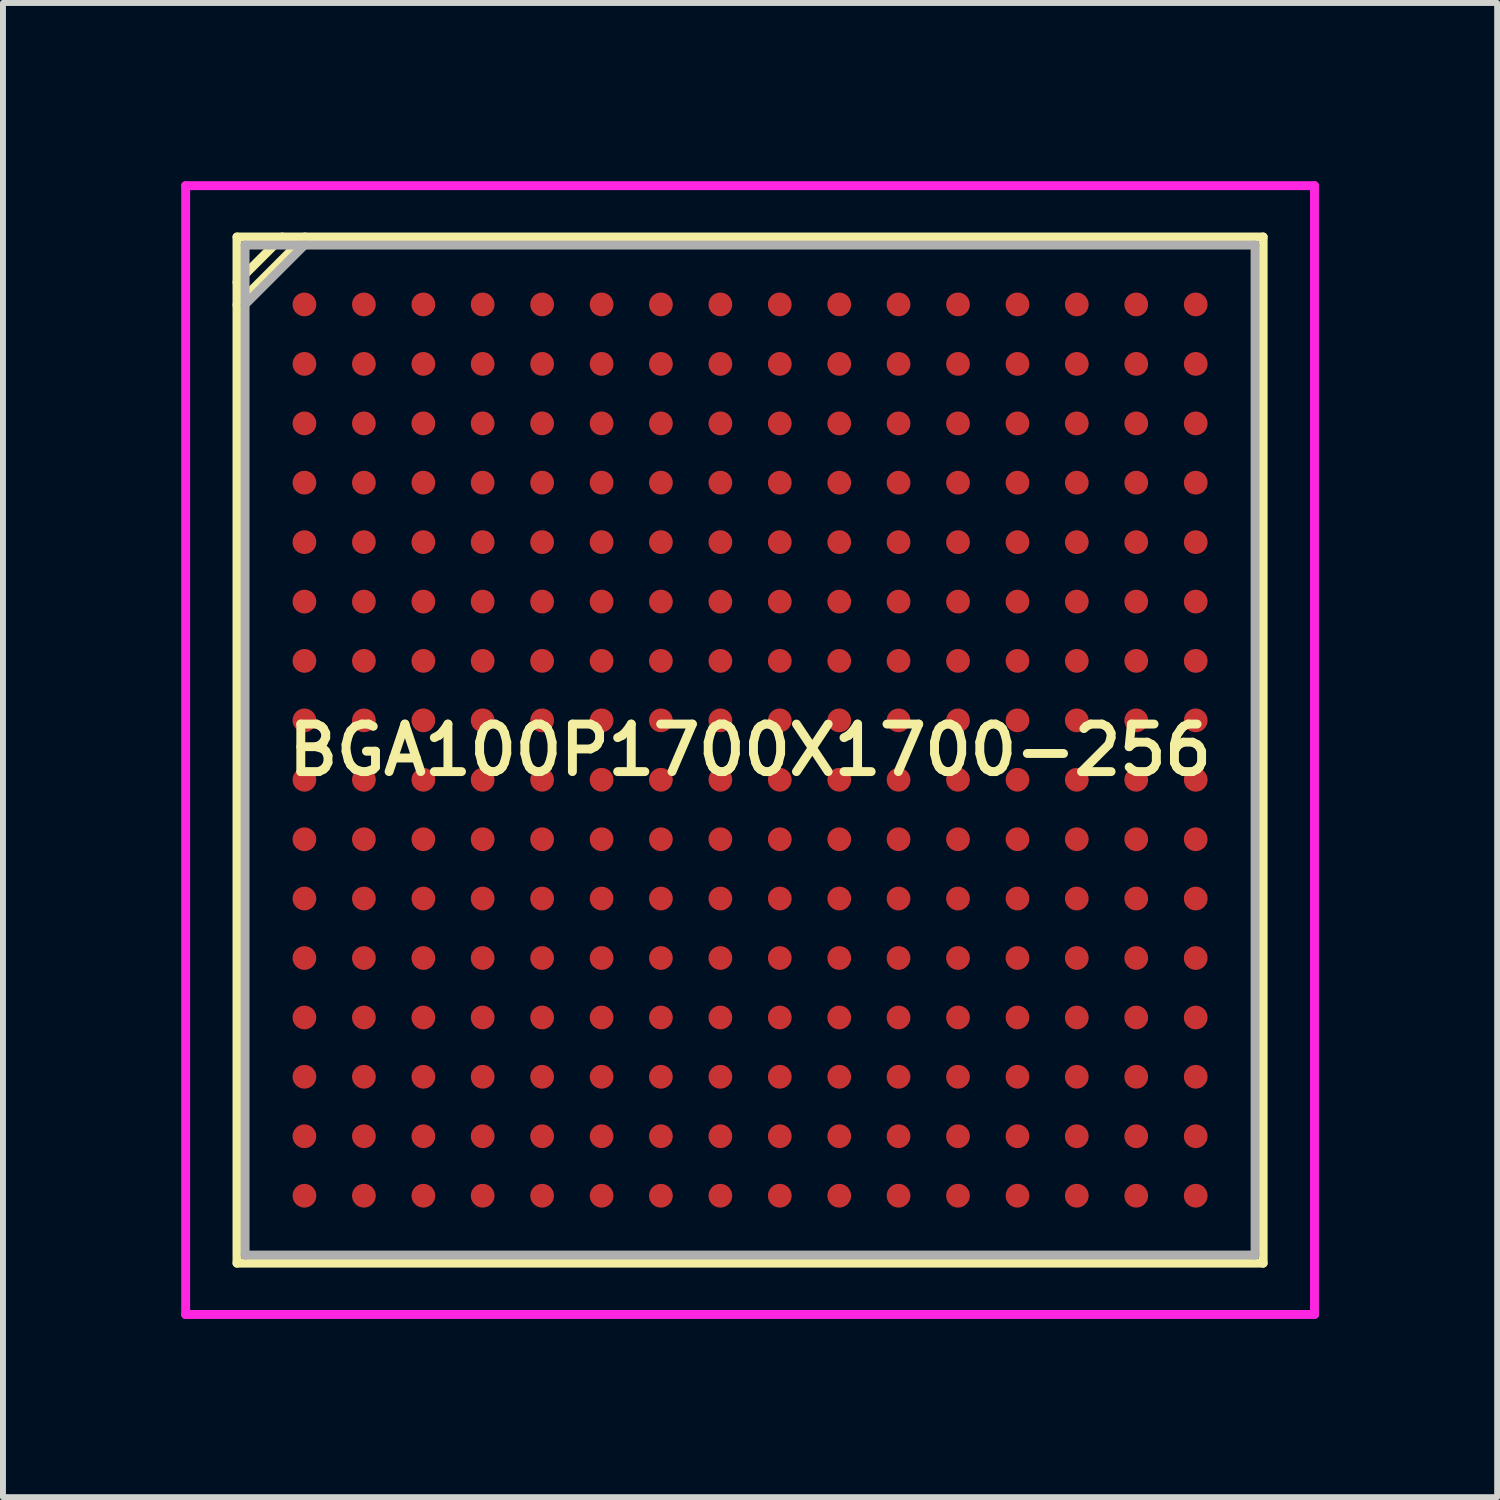
<source format=kicad_pcb>
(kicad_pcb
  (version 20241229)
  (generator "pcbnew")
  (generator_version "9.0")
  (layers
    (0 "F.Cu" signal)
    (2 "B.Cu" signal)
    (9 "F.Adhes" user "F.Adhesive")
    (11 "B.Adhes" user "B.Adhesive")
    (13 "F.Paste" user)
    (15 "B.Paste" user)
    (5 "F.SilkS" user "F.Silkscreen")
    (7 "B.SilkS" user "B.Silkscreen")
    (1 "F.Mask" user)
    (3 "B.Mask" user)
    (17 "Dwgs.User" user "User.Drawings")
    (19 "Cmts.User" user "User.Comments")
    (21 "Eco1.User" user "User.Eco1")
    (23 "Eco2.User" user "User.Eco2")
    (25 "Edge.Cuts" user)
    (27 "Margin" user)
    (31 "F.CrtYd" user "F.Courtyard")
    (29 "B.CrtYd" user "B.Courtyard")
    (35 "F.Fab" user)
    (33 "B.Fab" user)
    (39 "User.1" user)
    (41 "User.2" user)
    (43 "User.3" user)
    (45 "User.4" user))
  (footprint "BGA100P1700X1700-256"
    (layer "F.Cu")
    (at 9.575 9.575)
    (property "Reference" "BGA100P1700X1700-256" (at 0 0 0) (layer "F.SilkS") (effects (font (size 0.8 0.8) (thickness 0.15))))
    (attr smd)
    (fp_line (start -8.636 -8.636) (end 8.636 -8.636) (stroke (width 0.15) (type solid)) (layer "F.SilkS"))
    (fp_line (start -8.636 -7.874) (end -7.874 -8.636) (stroke (width 0.15) (type solid)) (layer "F.SilkS"))
    (fp_line (start -8.636 -7.493) (end -7.493 -8.636) (stroke (width 0.15) (type solid)) (layer "F.SilkS"))
    (fp_line (start -8.636 8.636) (end -8.636 -8.636) (stroke (width 0.15) (type solid)) (layer "F.SilkS"))
    (fp_line (start 8.636 -8.636) (end 8.636 8.636) (stroke (width 0.15) (type solid)) (layer "F.SilkS"))
    (fp_line (start 8.636 8.636) (end -8.636 8.636) (stroke (width 0.15) (type solid)) (layer "F.SilkS"))
    (fp_line (start -9.5 -9.5) (end 9.5 -9.5) (stroke (width 0.15) (type solid)) (layer "F.CrtYd"))
    (fp_line (start -9.5 9.5) (end -9.5 -9.5) (stroke (width 0.15) (type solid)) (layer "F.CrtYd"))
    (fp_line (start 9.5 -9.5) (end 9.5 9.5) (stroke (width 0.15) (type solid)) (layer "F.CrtYd"))
    (fp_line (start 9.5 9.5) (end -9.5 9.5) (stroke (width 0.15) (type solid)) (layer "F.CrtYd"))
    (fp_line (start -8.5 -8.5) (end 8.5 -8.5) (stroke (width 0.15) (type solid)) (layer "F.Fab"))
    (fp_line (start -8.5 8.5) (end -8.5 -8.5) (stroke (width 0.15) (type solid)) (layer "F.Fab"))
    (fp_line (start -7.5 -8.5) (end -8.5 -7.5) (stroke (width 0.15) (type solid)) (layer "F.Fab"))
    (fp_line (start 8.5 -8.5) (end 8.5 8.5) (stroke (width 0.15) (type solid)) (layer "F.Fab"))
    (fp_line (start 8.5 8.5) (end -8.5 8.5) (stroke (width 0.15) (type solid)) (layer "F.Fab"))
    (pad "A1" smd circle (at -7.501 -7.501) (size 0.4 0.4) (layers "F.Cu" "F.Mask" "F.Paste"))
    (pad "A2" smd circle (at -6.5 -7.501) (size 0.4 0.4) (layers "F.Cu" "F.Mask" "F.Paste"))
    (pad "A3" smd circle (at -5.499 -7.501) (size 0.4 0.4) (layers "F.Cu" "F.Mask" "F.Paste"))
    (pad "A4" smd circle (at -4.501 -7.501) (size 0.4 0.4) (layers "F.Cu" "F.Mask" "F.Paste"))
    (pad "A5" smd circle (at -3.5 -7.501) (size 0.4 0.4) (layers "F.Cu" "F.Mask" "F.Paste"))
    (pad "A6" smd circle (at -2.499 -7.501) (size 0.4 0.4) (layers "F.Cu" "F.Mask" "F.Paste"))
    (pad "A7" smd circle (at -1.501 -7.501) (size 0.4 0.4) (layers "F.Cu" "F.Mask" "F.Paste"))
    (pad "A8" smd circle (at -0.5 -7.501) (size 0.4 0.4) (layers "F.Cu" "F.Mask" "F.Paste"))
    (pad "A9" smd circle (at 0.5 -7.501) (size 0.4 0.4) (layers "F.Cu" "F.Mask" "F.Paste"))
    (pad "A10" smd circle (at 1.501 -7.501) (size 0.4 0.4) (layers "F.Cu" "F.Mask" "F.Paste"))
    (pad "A11" smd circle (at 2.499 -7.501) (size 0.4 0.4) (layers "F.Cu" "F.Mask" "F.Paste"))
    (pad "A12" smd circle (at 3.5 -7.501) (size 0.4 0.4) (layers "F.Cu" "F.Mask" "F.Paste"))
    (pad "A13" smd circle (at 4.501 -7.501) (size 0.4 0.4) (layers "F.Cu" "F.Mask" "F.Paste"))
    (pad "A14" smd circle (at 5.499 -7.501) (size 0.4 0.4) (layers "F.Cu" "F.Mask" "F.Paste"))
    (pad "A15" smd circle (at 6.5 -7.501) (size 0.4 0.4) (layers "F.Cu" "F.Mask" "F.Paste"))
    (pad "A16" smd circle (at 7.501 -7.501) (size 0.4 0.4) (layers "F.Cu" "F.Mask" "F.Paste"))
    (pad "B1" smd circle (at -7.501 -6.5) (size 0.4 0.4) (layers "F.Cu" "F.Mask" "F.Paste"))
    (pad "B2" smd circle (at -6.5 -6.5) (size 0.4 0.4) (layers "F.Cu" "F.Mask" "F.Paste"))
    (pad "B3" smd circle (at -5.499 -6.5) (size 0.4 0.4) (layers "F.Cu" "F.Mask" "F.Paste"))
    (pad "B4" smd circle (at -4.501 -6.5) (size 0.4 0.4) (layers "F.Cu" "F.Mask" "F.Paste"))
    (pad "B5" smd circle (at -3.5 -6.5) (size 0.4 0.4) (layers "F.Cu" "F.Mask" "F.Paste"))
    (pad "B6" smd circle (at -2.499 -6.5) (size 0.4 0.4) (layers "F.Cu" "F.Mask" "F.Paste"))
    (pad "B7" smd circle (at -1.501 -6.5) (size 0.4 0.4) (layers "F.Cu" "F.Mask" "F.Paste"))
    (pad "B8" smd circle (at -0.5 -6.5) (size 0.4 0.4) (layers "F.Cu" "F.Mask" "F.Paste"))
    (pad "B9" smd circle (at 0.5 -6.5) (size 0.4 0.4) (layers "F.Cu" "F.Mask" "F.Paste"))
    (pad "B10" smd circle (at 1.501 -6.5) (size 0.4 0.4) (layers "F.Cu" "F.Mask" "F.Paste"))
    (pad "B11" smd circle (at 2.499 -6.5) (size 0.4 0.4) (layers "F.Cu" "F.Mask" "F.Paste"))
    (pad "B12" smd circle (at 3.5 -6.5) (size 0.4 0.4) (layers "F.Cu" "F.Mask" "F.Paste"))
    (pad "B13" smd circle (at 4.501 -6.5) (size 0.4 0.4) (layers "F.Cu" "F.Mask" "F.Paste"))
    (pad "B14" smd circle (at 5.499 -6.5) (size 0.4 0.4) (layers "F.Cu" "F.Mask" "F.Paste"))
    (pad "B15" smd circle (at 6.5 -6.5) (size 0.4 0.4) (layers "F.Cu" "F.Mask" "F.Paste"))
    (pad "B16" smd circle (at 7.501 -6.5) (size 0.4 0.4) (layers "F.Cu" "F.Mask" "F.Paste"))
    (pad "C1" smd circle (at -7.501 -5.499) (size 0.4 0.4) (layers "F.Cu" "F.Mask" "F.Paste"))
    (pad "C2" smd circle (at -6.5 -5.499) (size 0.4 0.4) (layers "F.Cu" "F.Mask" "F.Paste"))
    (pad "C3" smd circle (at -5.499 -5.499) (size 0.4 0.4) (layers "F.Cu" "F.Mask" "F.Paste"))
    (pad "C4" smd circle (at -4.501 -5.499) (size 0.4 0.4) (layers "F.Cu" "F.Mask" "F.Paste"))
    (pad "C5" smd circle (at -3.5 -5.499) (size 0.4 0.4) (layers "F.Cu" "F.Mask" "F.Paste"))
    (pad "C6" smd circle (at -2.499 -5.499) (size 0.4 0.4) (layers "F.Cu" "F.Mask" "F.Paste"))
    (pad "C7" smd circle (at -1.501 -5.499) (size 0.4 0.4) (layers "F.Cu" "F.Mask" "F.Paste"))
    (pad "C8" smd circle (at -0.5 -5.499) (size 0.4 0.4) (layers "F.Cu" "F.Mask" "F.Paste"))
    (pad "C9" smd circle (at 0.5 -5.499) (size 0.4 0.4) (layers "F.Cu" "F.Mask" "F.Paste"))
    (pad "C10" smd circle (at 1.501 -5.499) (size 0.4 0.4) (layers "F.Cu" "F.Mask" "F.Paste"))
    (pad "C11" smd circle (at 2.499 -5.499) (size 0.4 0.4) (layers "F.Cu" "F.Mask" "F.Paste"))
    (pad "C12" smd circle (at 3.5 -5.499) (size 0.4 0.4) (layers "F.Cu" "F.Mask" "F.Paste"))
    (pad "C13" smd circle (at 4.501 -5.499) (size 0.4 0.4) (layers "F.Cu" "F.Mask" "F.Paste"))
    (pad "C14" smd circle (at 5.499 -5.499) (size 0.4 0.4) (layers "F.Cu" "F.Mask" "F.Paste"))
    (pad "C15" smd circle (at 6.5 -5.499) (size 0.4 0.4) (layers "F.Cu" "F.Mask" "F.Paste"))
    (pad "C16" smd circle (at 7.501 -5.499) (size 0.4 0.4) (layers "F.Cu" "F.Mask" "F.Paste"))
    (pad "D1" smd circle (at -7.501 -4.501) (size 0.4 0.4) (layers "F.Cu" "F.Mask" "F.Paste"))
    (pad "D2" smd circle (at -6.5 -4.501) (size 0.4 0.4) (layers "F.Cu" "F.Mask" "F.Paste"))
    (pad "D3" smd circle (at -5.499 -4.501) (size 0.4 0.4) (layers "F.Cu" "F.Mask" "F.Paste"))
    (pad "D4" smd circle (at -4.501 -4.501) (size 0.4 0.4) (layers "F.Cu" "F.Mask" "F.Paste"))
    (pad "D5" smd circle (at -3.5 -4.501) (size 0.4 0.4) (layers "F.Cu" "F.Mask" "F.Paste"))
    (pad "D6" smd circle (at -2.499 -4.501) (size 0.4 0.4) (layers "F.Cu" "F.Mask" "F.Paste"))
    (pad "D7" smd circle (at -1.501 -4.501) (size 0.4 0.4) (layers "F.Cu" "F.Mask" "F.Paste"))
    (pad "D8" smd circle (at -0.5 -4.501) (size 0.4 0.4) (layers "F.Cu" "F.Mask" "F.Paste"))
    (pad "D9" smd circle (at 0.5 -4.501) (size 0.4 0.4) (layers "F.Cu" "F.Mask" "F.Paste"))
    (pad "D10" smd circle (at 1.501 -4.501) (size 0.4 0.4) (layers "F.Cu" "F.Mask" "F.Paste"))
    (pad "D11" smd circle (at 2.499 -4.501) (size 0.4 0.4) (layers "F.Cu" "F.Mask" "F.Paste"))
    (pad "D12" smd circle (at 3.5 -4.501) (size 0.4 0.4) (layers "F.Cu" "F.Mask" "F.Paste"))
    (pad "D13" smd circle (at 4.501 -4.501) (size 0.4 0.4) (layers "F.Cu" "F.Mask" "F.Paste"))
    (pad "D14" smd circle (at 5.499 -4.501) (size 0.4 0.4) (layers "F.Cu" "F.Mask" "F.Paste"))
    (pad "D15" smd circle (at 6.5 -4.501) (size 0.4 0.4) (layers "F.Cu" "F.Mask" "F.Paste"))
    (pad "D16" smd circle (at 7.501 -4.501) (size 0.4 0.4) (layers "F.Cu" "F.Mask" "F.Paste"))
    (pad "E1" smd circle (at -7.501 -3.5) (size 0.4 0.4) (layers "F.Cu" "F.Mask" "F.Paste"))
    (pad "E2" smd circle (at -6.5 -3.5) (size 0.4 0.4) (layers "F.Cu" "F.Mask" "F.Paste"))
    (pad "E3" smd circle (at -5.499 -3.5) (size 0.4 0.4) (layers "F.Cu" "F.Mask" "F.Paste"))
    (pad "E4" smd circle (at -4.501 -3.5) (size 0.4 0.4) (layers "F.Cu" "F.Mask" "F.Paste"))
    (pad "E5" smd circle (at -3.5 -3.5) (size 0.4 0.4) (layers "F.Cu" "F.Mask" "F.Paste"))
    (pad "E6" smd circle (at -2.499 -3.5) (size 0.4 0.4) (layers "F.Cu" "F.Mask" "F.Paste"))
    (pad "E7" smd circle (at -1.501 -3.5) (size 0.4 0.4) (layers "F.Cu" "F.Mask" "F.Paste"))
    (pad "E8" smd circle (at -0.5 -3.5) (size 0.4 0.4) (layers "F.Cu" "F.Mask" "F.Paste"))
    (pad "E9" smd circle (at 0.5 -3.5) (size 0.4 0.4) (layers "F.Cu" "F.Mask" "F.Paste"))
    (pad "E10" smd circle (at 1.501 -3.5) (size 0.4 0.4) (layers "F.Cu" "F.Mask" "F.Paste"))
    (pad "E11" smd circle (at 2.499 -3.5) (size 0.4 0.4) (layers "F.Cu" "F.Mask" "F.Paste"))
    (pad "E12" smd circle (at 3.5 -3.5) (size 0.4 0.4) (layers "F.Cu" "F.Mask" "F.Paste"))
    (pad "E13" smd circle (at 4.501 -3.5) (size 0.4 0.4) (layers "F.Cu" "F.Mask" "F.Paste"))
    (pad "E14" smd circle (at 5.499 -3.5) (size 0.4 0.4) (layers "F.Cu" "F.Mask" "F.Paste"))
    (pad "E15" smd circle (at 6.5 -3.5) (size 0.4 0.4) (layers "F.Cu" "F.Mask" "F.Paste"))
    (pad "E16" smd circle (at 7.501 -3.5) (size 0.4 0.4) (layers "F.Cu" "F.Mask" "F.Paste"))
    (pad "F1" smd circle (at -7.501 -2.499) (size 0.4 0.4) (layers "F.Cu" "F.Mask" "F.Paste"))
    (pad "F2" smd circle (at -6.5 -2.499) (size 0.4 0.4) (layers "F.Cu" "F.Mask" "F.Paste"))
    (pad "F3" smd circle (at -5.499 -2.499) (size 0.4 0.4) (layers "F.Cu" "F.Mask" "F.Paste"))
    (pad "F4" smd circle (at -4.501 -2.499) (size 0.4 0.4) (layers "F.Cu" "F.Mask" "F.Paste"))
    (pad "F5" smd circle (at -3.5 -2.499) (size 0.4 0.4) (layers "F.Cu" "F.Mask" "F.Paste"))
    (pad "F6" smd circle (at -2.499 -2.499) (size 0.4 0.4) (layers "F.Cu" "F.Mask" "F.Paste"))
    (pad "F7" smd circle (at -1.501 -2.499) (size 0.4 0.4) (layers "F.Cu" "F.Mask" "F.Paste"))
    (pad "F8" smd circle (at -0.5 -2.499) (size 0.4 0.4) (layers "F.Cu" "F.Mask" "F.Paste"))
    (pad "F9" smd circle (at 0.5 -2.499) (size 0.4 0.4) (layers "F.Cu" "F.Mask" "F.Paste"))
    (pad "F10" smd circle (at 1.501 -2.499) (size 0.4 0.4) (layers "F.Cu" "F.Mask" "F.Paste"))
    (pad "F11" smd circle (at 2.499 -2.499) (size 0.4 0.4) (layers "F.Cu" "F.Mask" "F.Paste"))
    (pad "F12" smd circle (at 3.5 -2.499) (size 0.4 0.4) (layers "F.Cu" "F.Mask" "F.Paste"))
    (pad "F13" smd circle (at 4.501 -2.499) (size 0.4 0.4) (layers "F.Cu" "F.Mask" "F.Paste"))
    (pad "F14" smd circle (at 5.499 -2.499) (size 0.4 0.4) (layers "F.Cu" "F.Mask" "F.Paste"))
    (pad "F15" smd circle (at 6.5 -2.499) (size 0.4 0.4) (layers "F.Cu" "F.Mask" "F.Paste"))
    (pad "F16" smd circle (at 7.501 -2.499) (size 0.4 0.4) (layers "F.Cu" "F.Mask" "F.Paste"))
    (pad "G1" smd circle (at -7.501 -1.501) (size 0.4 0.4) (layers "F.Cu" "F.Mask" "F.Paste"))
    (pad "G2" smd circle (at -6.5 -1.501) (size 0.4 0.4) (layers "F.Cu" "F.Mask" "F.Paste"))
    (pad "G3" smd circle (at -5.499 -1.501) (size 0.4 0.4) (layers "F.Cu" "F.Mask" "F.Paste"))
    (pad "G4" smd circle (at -4.501 -1.501) (size 0.4 0.4) (layers "F.Cu" "F.Mask" "F.Paste"))
    (pad "G5" smd circle (at -3.5 -1.501) (size 0.4 0.4) (layers "F.Cu" "F.Mask" "F.Paste"))
    (pad "G6" smd circle (at -2.499 -1.501) (size 0.4 0.4) (layers "F.Cu" "F.Mask" "F.Paste"))
    (pad "G7" smd circle (at -1.501 -1.501) (size 0.4 0.4) (layers "F.Cu" "F.Mask" "F.Paste"))
    (pad "G8" smd circle (at -0.5 -1.501) (size 0.4 0.4) (layers "F.Cu" "F.Mask" "F.Paste"))
    (pad "G9" smd circle (at 0.5 -1.501) (size 0.4 0.4) (layers "F.Cu" "F.Mask" "F.Paste"))
    (pad "G10" smd circle (at 1.501 -1.501) (size 0.4 0.4) (layers "F.Cu" "F.Mask" "F.Paste"))
    (pad "G11" smd circle (at 2.499 -1.501) (size 0.4 0.4) (layers "F.Cu" "F.Mask" "F.Paste"))
    (pad "G12" smd circle (at 3.5 -1.501) (size 0.4 0.4) (layers "F.Cu" "F.Mask" "F.Paste"))
    (pad "G13" smd circle (at 4.501 -1.501) (size 0.4 0.4) (layers "F.Cu" "F.Mask" "F.Paste"))
    (pad "G14" smd circle (at 5.499 -1.501) (size 0.4 0.4) (layers "F.Cu" "F.Mask" "F.Paste"))
    (pad "G15" smd circle (at 6.5 -1.501) (size 0.4 0.4) (layers "F.Cu" "F.Mask" "F.Paste"))
    (pad "G16" smd circle (at 7.501 -1.501) (size 0.4 0.4) (layers "F.Cu" "F.Mask" "F.Paste"))
    (pad "H1" smd circle (at -7.501 -0.5) (size 0.4 0.4) (layers "F.Cu" "F.Mask" "F.Paste"))
    (pad "H2" smd circle (at -6.5 -0.5) (size 0.4 0.4) (layers "F.Cu" "F.Mask" "F.Paste"))
    (pad "H3" smd circle (at -5.499 -0.5) (size 0.4 0.4) (layers "F.Cu" "F.Mask" "F.Paste"))
    (pad "H4" smd circle (at -4.501 -0.5) (size 0.4 0.4) (layers "F.Cu" "F.Mask" "F.Paste"))
    (pad "H5" smd circle (at -3.5 -0.5) (size 0.4 0.4) (layers "F.Cu" "F.Mask" "F.Paste"))
    (pad "H6" smd circle (at -2.499 -0.5) (size 0.4 0.4) (layers "F.Cu" "F.Mask" "F.Paste"))
    (pad "H7" smd circle (at -1.501 -0.5) (size 0.4 0.4) (layers "F.Cu" "F.Mask" "F.Paste"))
    (pad "H8" smd circle (at -0.5 -0.5) (size 0.4 0.4) (layers "F.Cu" "F.Mask" "F.Paste"))
    (pad "H9" smd circle (at 0.5 -0.5) (size 0.4 0.4) (layers "F.Cu" "F.Mask" "F.Paste"))
    (pad "H10" smd circle (at 1.501 -0.5) (size 0.4 0.4) (layers "F.Cu" "F.Mask" "F.Paste"))
    (pad "H11" smd circle (at 2.499 -0.5) (size 0.4 0.4) (layers "F.Cu" "F.Mask" "F.Paste"))
    (pad "H12" smd circle (at 3.5 -0.5) (size 0.4 0.4) (layers "F.Cu" "F.Mask" "F.Paste"))
    (pad "H13" smd circle (at 4.501 -0.5) (size 0.4 0.4) (layers "F.Cu" "F.Mask" "F.Paste"))
    (pad "H14" smd circle (at 5.499 -0.5) (size 0.4 0.4) (layers "F.Cu" "F.Mask" "F.Paste"))
    (pad "H15" smd circle (at 6.5 -0.5) (size 0.4 0.4) (layers "F.Cu" "F.Mask" "F.Paste"))
    (pad "H16" smd circle (at 7.501 -0.5) (size 0.4 0.4) (layers "F.Cu" "F.Mask" "F.Paste"))
    (pad "J1" smd circle (at -7.501 0.5) (size 0.4 0.4) (layers "F.Cu" "F.Mask" "F.Paste"))
    (pad "J2" smd circle (at -6.5 0.5) (size 0.4 0.4) (layers "F.Cu" "F.Mask" "F.Paste"))
    (pad "J3" smd circle (at -5.499 0.5) (size 0.4 0.4) (layers "F.Cu" "F.Mask" "F.Paste"))
    (pad "J4" smd circle (at -4.501 0.5) (size 0.4 0.4) (layers "F.Cu" "F.Mask" "F.Paste"))
    (pad "J5" smd circle (at -3.5 0.5) (size 0.4 0.4) (layers "F.Cu" "F.Mask" "F.Paste"))
    (pad "J6" smd circle (at -2.499 0.5) (size 0.4 0.4) (layers "F.Cu" "F.Mask" "F.Paste"))
    (pad "J7" smd circle (at -1.501 0.5) (size 0.4 0.4) (layers "F.Cu" "F.Mask" "F.Paste"))
    (pad "J8" smd circle (at -0.5 0.5) (size 0.4 0.4) (layers "F.Cu" "F.Mask" "F.Paste"))
    (pad "J9" smd circle (at 0.5 0.5) (size 0.4 0.4) (layers "F.Cu" "F.Mask" "F.Paste"))
    (pad "J10" smd circle (at 1.501 0.5) (size 0.4 0.4) (layers "F.Cu" "F.Mask" "F.Paste"))
    (pad "J11" smd circle (at 2.499 0.5) (size 0.4 0.4) (layers "F.Cu" "F.Mask" "F.Paste"))
    (pad "J12" smd circle (at 3.5 0.5) (size 0.4 0.4) (layers "F.Cu" "F.Mask" "F.Paste"))
    (pad "J13" smd circle (at 4.501 0.5) (size 0.4 0.4) (layers "F.Cu" "F.Mask" "F.Paste"))
    (pad "J14" smd circle (at 5.499 0.5) (size 0.4 0.4) (layers "F.Cu" "F.Mask" "F.Paste"))
    (pad "J15" smd circle (at 6.5 0.5) (size 0.4 0.4) (layers "F.Cu" "F.Mask" "F.Paste"))
    (pad "J16" smd circle (at 7.501 0.5) (size 0.4 0.4) (layers "F.Cu" "F.Mask" "F.Paste"))
    (pad "K1" smd circle (at -7.501 1.501) (size 0.4 0.4) (layers "F.Cu" "F.Mask" "F.Paste"))
    (pad "K2" smd circle (at -6.5 1.501) (size 0.4 0.4) (layers "F.Cu" "F.Mask" "F.Paste"))
    (pad "K3" smd circle (at -5.499 1.501) (size 0.4 0.4) (layers "F.Cu" "F.Mask" "F.Paste"))
    (pad "K4" smd circle (at -4.501 1.501) (size 0.4 0.4) (layers "F.Cu" "F.Mask" "F.Paste"))
    (pad "K5" smd circle (at -3.5 1.501) (size 0.4 0.4) (layers "F.Cu" "F.Mask" "F.Paste"))
    (pad "K6" smd circle (at -2.499 1.501) (size 0.4 0.4) (layers "F.Cu" "F.Mask" "F.Paste"))
    (pad "K7" smd circle (at -1.501 1.501) (size 0.4 0.4) (layers "F.Cu" "F.Mask" "F.Paste"))
    (pad "K8" smd circle (at -0.5 1.501) (size 0.4 0.4) (layers "F.Cu" "F.Mask" "F.Paste"))
    (pad "K9" smd circle (at 0.5 1.501) (size 0.4 0.4) (layers "F.Cu" "F.Mask" "F.Paste"))
    (pad "K10" smd circle (at 1.501 1.501) (size 0.4 0.4) (layers "F.Cu" "F.Mask" "F.Paste"))
    (pad "K11" smd circle (at 2.499 1.501) (size 0.4 0.4) (layers "F.Cu" "F.Mask" "F.Paste"))
    (pad "K12" smd circle (at 3.5 1.501) (size 0.4 0.4) (layers "F.Cu" "F.Mask" "F.Paste"))
    (pad "K13" smd circle (at 4.501 1.501) (size 0.4 0.4) (layers "F.Cu" "F.Mask" "F.Paste"))
    (pad "K14" smd circle (at 5.499 1.501) (size 0.4 0.4) (layers "F.Cu" "F.Mask" "F.Paste"))
    (pad "K15" smd circle (at 6.5 1.501) (size 0.4 0.4) (layers "F.Cu" "F.Mask" "F.Paste"))
    (pad "K16" smd circle (at 7.501 1.501) (size 0.4 0.4) (layers "F.Cu" "F.Mask" "F.Paste"))
    (pad "L1" smd circle (at -7.501 2.499) (size 0.4 0.4) (layers "F.Cu" "F.Mask" "F.Paste"))
    (pad "L2" smd circle (at -6.5 2.499) (size 0.4 0.4) (layers "F.Cu" "F.Mask" "F.Paste"))
    (pad "L3" smd circle (at -5.499 2.499) (size 0.4 0.4) (layers "F.Cu" "F.Mask" "F.Paste"))
    (pad "L4" smd circle (at -4.501 2.499) (size 0.4 0.4) (layers "F.Cu" "F.Mask" "F.Paste"))
    (pad "L5" smd circle (at -3.5 2.499) (size 0.4 0.4) (layers "F.Cu" "F.Mask" "F.Paste"))
    (pad "L6" smd circle (at -2.499 2.499) (size 0.4 0.4) (layers "F.Cu" "F.Mask" "F.Paste"))
    (pad "L7" smd circle (at -1.501 2.499) (size 0.4 0.4) (layers "F.Cu" "F.Mask" "F.Paste"))
    (pad "L8" smd circle (at -0.5 2.499) (size 0.4 0.4) (layers "F.Cu" "F.Mask" "F.Paste"))
    (pad "L9" smd circle (at 0.5 2.499) (size 0.4 0.4) (layers "F.Cu" "F.Mask" "F.Paste"))
    (pad "L10" smd circle (at 1.501 2.499) (size 0.4 0.4) (layers "F.Cu" "F.Mask" "F.Paste"))
    (pad "L11" smd circle (at 2.499 2.499) (size 0.4 0.4) (layers "F.Cu" "F.Mask" "F.Paste"))
    (pad "L12" smd circle (at 3.5 2.499) (size 0.4 0.4) (layers "F.Cu" "F.Mask" "F.Paste"))
    (pad "L13" smd circle (at 4.501 2.499) (size 0.4 0.4) (layers "F.Cu" "F.Mask" "F.Paste"))
    (pad "L14" smd circle (at 5.499 2.499) (size 0.4 0.4) (layers "F.Cu" "F.Mask" "F.Paste"))
    (pad "L15" smd circle (at 6.5 2.499) (size 0.4 0.4) (layers "F.Cu" "F.Mask" "F.Paste"))
    (pad "L16" smd circle (at 7.501 2.499) (size 0.4 0.4) (layers "F.Cu" "F.Mask" "F.Paste"))
    (pad "M1" smd circle (at -7.501 3.5) (size 0.4 0.4) (layers "F.Cu" "F.Mask" "F.Paste"))
    (pad "M2" smd circle (at -6.5 3.5) (size 0.4 0.4) (layers "F.Cu" "F.Mask" "F.Paste"))
    (pad "M3" smd circle (at -5.499 3.5) (size 0.4 0.4) (layers "F.Cu" "F.Mask" "F.Paste"))
    (pad "M4" smd circle (at -4.501 3.5) (size 0.4 0.4) (layers "F.Cu" "F.Mask" "F.Paste"))
    (pad "M5" smd circle (at -3.5 3.5) (size 0.4 0.4) (layers "F.Cu" "F.Mask" "F.Paste"))
    (pad "M6" smd circle (at -2.499 3.5) (size 0.4 0.4) (layers "F.Cu" "F.Mask" "F.Paste"))
    (pad "M7" smd circle (at -1.501 3.5) (size 0.4 0.4) (layers "F.Cu" "F.Mask" "F.Paste"))
    (pad "M8" smd circle (at -0.5 3.5) (size 0.4 0.4) (layers "F.Cu" "F.Mask" "F.Paste"))
    (pad "M9" smd circle (at 0.5 3.5) (size 0.4 0.4) (layers "F.Cu" "F.Mask" "F.Paste"))
    (pad "M10" smd circle (at 1.501 3.5) (size 0.4 0.4) (layers "F.Cu" "F.Mask" "F.Paste"))
    (pad "M11" smd circle (at 2.499 3.5) (size 0.4 0.4) (layers "F.Cu" "F.Mask" "F.Paste"))
    (pad "M12" smd circle (at 3.5 3.5) (size 0.4 0.4) (layers "F.Cu" "F.Mask" "F.Paste"))
    (pad "M13" smd circle (at 4.501 3.5) (size 0.4 0.4) (layers "F.Cu" "F.Mask" "F.Paste"))
    (pad "M14" smd circle (at 5.499 3.5) (size 0.4 0.4) (layers "F.Cu" "F.Mask" "F.Paste"))
    (pad "M15" smd circle (at 6.5 3.5) (size 0.4 0.4) (layers "F.Cu" "F.Mask" "F.Paste"))
    (pad "M16" smd circle (at 7.501 3.5) (size 0.4 0.4) (layers "F.Cu" "F.Mask" "F.Paste"))
    (pad "N1" smd circle (at -7.501 4.501) (size 0.4 0.4) (layers "F.Cu" "F.Mask" "F.Paste"))
    (pad "N2" smd circle (at -6.5 4.501) (size 0.4 0.4) (layers "F.Cu" "F.Mask" "F.Paste"))
    (pad "N3" smd circle (at -5.499 4.501) (size 0.4 0.4) (layers "F.Cu" "F.Mask" "F.Paste"))
    (pad "N4" smd circle (at -4.501 4.501) (size 0.4 0.4) (layers "F.Cu" "F.Mask" "F.Paste"))
    (pad "N5" smd circle (at -3.5 4.501) (size 0.4 0.4) (layers "F.Cu" "F.Mask" "F.Paste"))
    (pad "N6" smd circle (at -2.499 4.501) (size 0.4 0.4) (layers "F.Cu" "F.Mask" "F.Paste"))
    (pad "N7" smd circle (at -1.501 4.501) (size 0.4 0.4) (layers "F.Cu" "F.Mask" "F.Paste"))
    (pad "N8" smd circle (at -0.5 4.501) (size 0.4 0.4) (layers "F.Cu" "F.Mask" "F.Paste"))
    (pad "N9" smd circle (at 0.5 4.501) (size 0.4 0.4) (layers "F.Cu" "F.Mask" "F.Paste"))
    (pad "N10" smd circle (at 1.501 4.501) (size 0.4 0.4) (layers "F.Cu" "F.Mask" "F.Paste"))
    (pad "N11" smd circle (at 2.499 4.501) (size 0.4 0.4) (layers "F.Cu" "F.Mask" "F.Paste"))
    (pad "N12" smd circle (at 3.5 4.501) (size 0.4 0.4) (layers "F.Cu" "F.Mask" "F.Paste"))
    (pad "N13" smd circle (at 4.501 4.501) (size 0.4 0.4) (layers "F.Cu" "F.Mask" "F.Paste"))
    (pad "N14" smd circle (at 5.499 4.501) (size 0.4 0.4) (layers "F.Cu" "F.Mask" "F.Paste"))
    (pad "N15" smd circle (at 6.5 4.501) (size 0.4 0.4) (layers "F.Cu" "F.Mask" "F.Paste"))
    (pad "N16" smd circle (at 7.501 4.501) (size 0.4 0.4) (layers "F.Cu" "F.Mask" "F.Paste"))
    (pad "P1" smd circle (at -7.501 5.499) (size 0.4 0.4) (layers "F.Cu" "F.Mask" "F.Paste"))
    (pad "P2" smd circle (at -6.5 5.499) (size 0.4 0.4) (layers "F.Cu" "F.Mask" "F.Paste"))
    (pad "P3" smd circle (at -5.499 5.499) (size 0.4 0.4) (layers "F.Cu" "F.Mask" "F.Paste"))
    (pad "P4" smd circle (at -4.501 5.499) (size 0.4 0.4) (layers "F.Cu" "F.Mask" "F.Paste"))
    (pad "P5" smd circle (at -3.5 5.499) (size 0.4 0.4) (layers "F.Cu" "F.Mask" "F.Paste"))
    (pad "P6" smd circle (at -2.499 5.499) (size 0.4 0.4) (layers "F.Cu" "F.Mask" "F.Paste"))
    (pad "P7" smd circle (at -1.501 5.499) (size 0.4 0.4) (layers "F.Cu" "F.Mask" "F.Paste"))
    (pad "P8" smd circle (at -0.5 5.499) (size 0.4 0.4) (layers "F.Cu" "F.Mask" "F.Paste"))
    (pad "P9" smd circle (at 0.5 5.499) (size 0.4 0.4) (layers "F.Cu" "F.Mask" "F.Paste"))
    (pad "P10" smd circle (at 1.501 5.499) (size 0.4 0.4) (layers "F.Cu" "F.Mask" "F.Paste"))
    (pad "P11" smd circle (at 2.499 5.499) (size 0.4 0.4) (layers "F.Cu" "F.Mask" "F.Paste"))
    (pad "P12" smd circle (at 3.5 5.499) (size 0.4 0.4) (layers "F.Cu" "F.Mask" "F.Paste"))
    (pad "P13" smd circle (at 4.501 5.499) (size 0.4 0.4) (layers "F.Cu" "F.Mask" "F.Paste"))
    (pad "P14" smd circle (at 5.499 5.499) (size 0.4 0.4) (layers "F.Cu" "F.Mask" "F.Paste"))
    (pad "P15" smd circle (at 6.5 5.499) (size 0.4 0.4) (layers "F.Cu" "F.Mask" "F.Paste"))
    (pad "P16" smd circle (at 7.501 5.499) (size 0.4 0.4) (layers "F.Cu" "F.Mask" "F.Paste"))
    (pad "R1" smd circle (at -7.501 6.5) (size 0.4 0.4) (layers "F.Cu" "F.Mask" "F.Paste"))
    (pad "R2" smd circle (at -6.5 6.5) (size 0.4 0.4) (layers "F.Cu" "F.Mask" "F.Paste"))
    (pad "R3" smd circle (at -5.499 6.5) (size 0.4 0.4) (layers "F.Cu" "F.Mask" "F.Paste"))
    (pad "R4" smd circle (at -4.501 6.5) (size 0.4 0.4) (layers "F.Cu" "F.Mask" "F.Paste"))
    (pad "R5" smd circle (at -3.5 6.5) (size 0.4 0.4) (layers "F.Cu" "F.Mask" "F.Paste"))
    (pad "R6" smd circle (at -2.499 6.5) (size 0.4 0.4) (layers "F.Cu" "F.Mask" "F.Paste"))
    (pad "R7" smd circle (at -1.501 6.5) (size 0.4 0.4) (layers "F.Cu" "F.Mask" "F.Paste"))
    (pad "R8" smd circle (at -0.5 6.5) (size 0.4 0.4) (layers "F.Cu" "F.Mask" "F.Paste"))
    (pad "R9" smd circle (at 0.5 6.5) (size 0.4 0.4) (layers "F.Cu" "F.Mask" "F.Paste"))
    (pad "R10" smd circle (at 1.501 6.5) (size 0.4 0.4) (layers "F.Cu" "F.Mask" "F.Paste"))
    (pad "R11" smd circle (at 2.499 6.5) (size 0.4 0.4) (layers "F.Cu" "F.Mask" "F.Paste"))
    (pad "R12" smd circle (at 3.5 6.5) (size 0.4 0.4) (layers "F.Cu" "F.Mask" "F.Paste"))
    (pad "R13" smd circle (at 4.501 6.5) (size 0.4 0.4) (layers "F.Cu" "F.Mask" "F.Paste"))
    (pad "R14" smd circle (at 5.499 6.5) (size 0.4 0.4) (layers "F.Cu" "F.Mask" "F.Paste"))
    (pad "R15" smd circle (at 6.5 6.5) (size 0.4 0.4) (layers "F.Cu" "F.Mask" "F.Paste"))
    (pad "R16" smd circle (at 7.501 6.5) (size 0.4 0.4) (layers "F.Cu" "F.Mask" "F.Paste"))
    (pad "T1" smd circle (at -7.501 7.501) (size 0.4 0.4) (layers "F.Cu" "F.Mask" "F.Paste"))
    (pad "T2" smd circle (at -6.5 7.501) (size 0.4 0.4) (layers "F.Cu" "F.Mask" "F.Paste"))
    (pad "T3" smd circle (at -5.499 7.501) (size 0.4 0.4) (layers "F.Cu" "F.Mask" "F.Paste"))
    (pad "T4" smd circle (at -4.501 7.501) (size 0.4 0.4) (layers "F.Cu" "F.Mask" "F.Paste"))
    (pad "T5" smd circle (at -3.5 7.501) (size 0.4 0.4) (layers "F.Cu" "F.Mask" "F.Paste"))
    (pad "T6" smd circle (at -2.499 7.501) (size 0.4 0.4) (layers "F.Cu" "F.Mask" "F.Paste"))
    (pad "T7" smd circle (at -1.501 7.501) (size 0.4 0.4) (layers "F.Cu" "F.Mask" "F.Paste"))
    (pad "T8" smd circle (at -0.5 7.501) (size 0.4 0.4) (layers "F.Cu" "F.Mask" "F.Paste"))
    (pad "T9" smd circle (at 0.5 7.501) (size 0.4 0.4) (layers "F.Cu" "F.Mask" "F.Paste"))
    (pad "T10" smd circle (at 1.501 7.501) (size 0.4 0.4) (layers "F.Cu" "F.Mask" "F.Paste"))
    (pad "T11" smd circle (at 2.499 7.501) (size 0.4 0.4) (layers "F.Cu" "F.Mask" "F.Paste"))
    (pad "T12" smd circle (at 3.5 7.501) (size 0.4 0.4) (layers "F.Cu" "F.Mask" "F.Paste"))
    (pad "T13" smd circle (at 4.501 7.501) (size 0.4 0.4) (layers "F.Cu" "F.Mask" "F.Paste"))
    (pad "T14" smd circle (at 5.499 7.501) (size 0.4 0.4) (layers "F.Cu" "F.Mask" "F.Paste"))
    (pad "T15" smd circle (at 6.5 7.501) (size 0.4 0.4) (layers "F.Cu" "F.Mask" "F.Paste"))
    (pad "T16" smd circle (at 7.501 7.501) (size 0.4 0.4) (layers "F.Cu" "F.Mask" "F.Paste")))
  (gr_rect
    (start -3 -3)
    (end 22.15 22.15)
    (stroke (width 0.1) (type default))
    (fill no)
    (layer "Edge.Cuts")))
</source>
